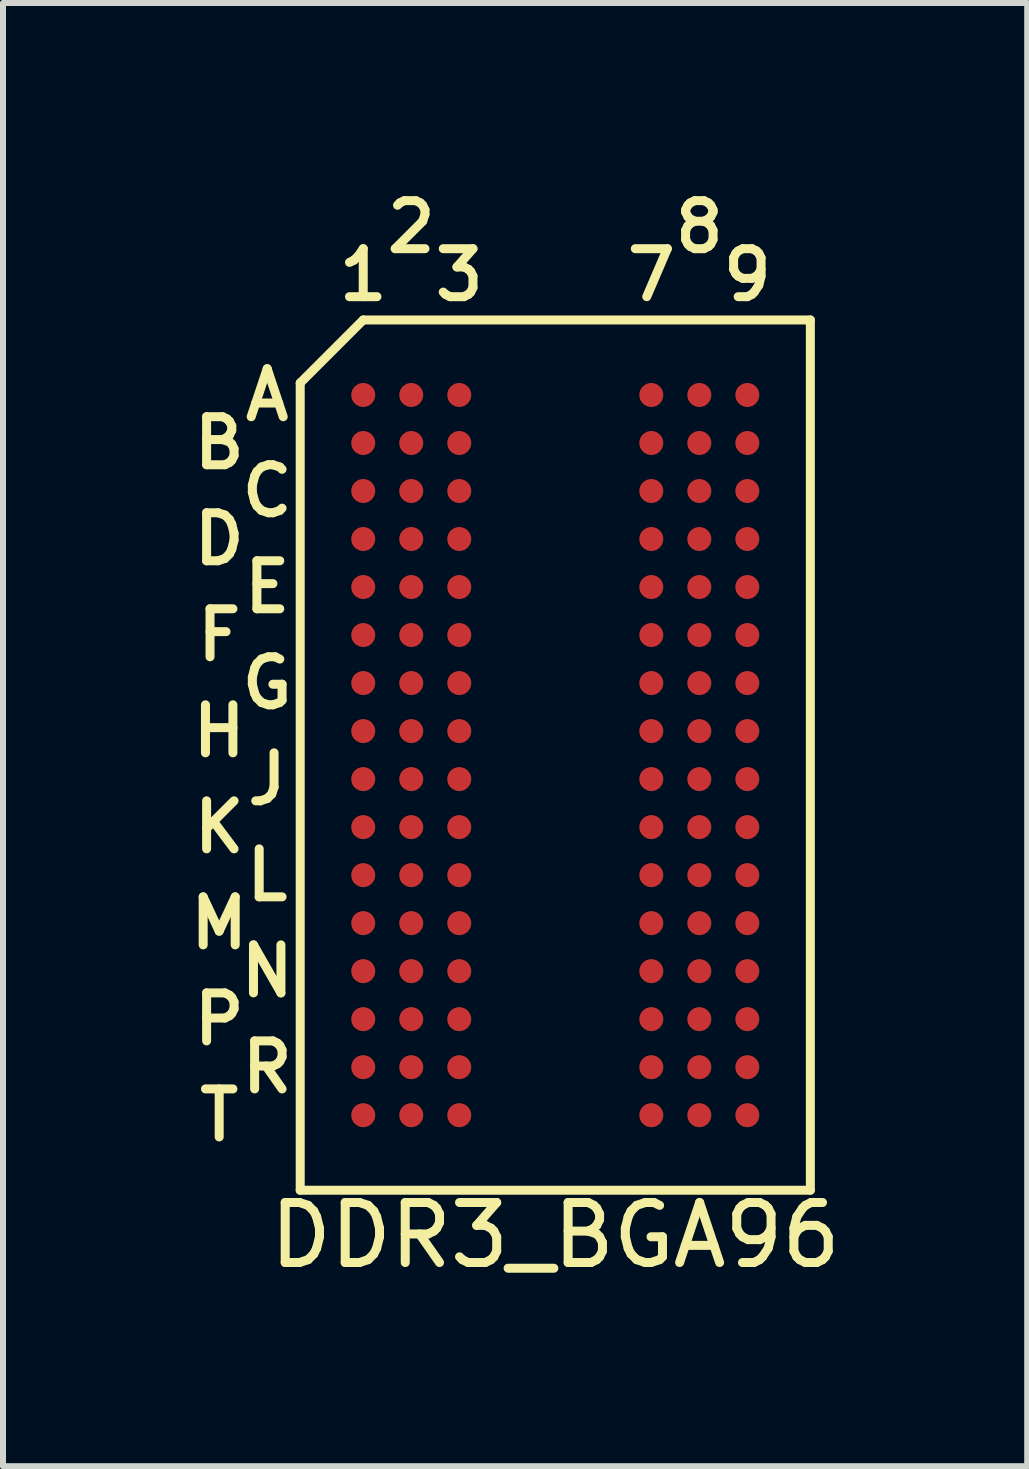
<source format=kicad_pcb>
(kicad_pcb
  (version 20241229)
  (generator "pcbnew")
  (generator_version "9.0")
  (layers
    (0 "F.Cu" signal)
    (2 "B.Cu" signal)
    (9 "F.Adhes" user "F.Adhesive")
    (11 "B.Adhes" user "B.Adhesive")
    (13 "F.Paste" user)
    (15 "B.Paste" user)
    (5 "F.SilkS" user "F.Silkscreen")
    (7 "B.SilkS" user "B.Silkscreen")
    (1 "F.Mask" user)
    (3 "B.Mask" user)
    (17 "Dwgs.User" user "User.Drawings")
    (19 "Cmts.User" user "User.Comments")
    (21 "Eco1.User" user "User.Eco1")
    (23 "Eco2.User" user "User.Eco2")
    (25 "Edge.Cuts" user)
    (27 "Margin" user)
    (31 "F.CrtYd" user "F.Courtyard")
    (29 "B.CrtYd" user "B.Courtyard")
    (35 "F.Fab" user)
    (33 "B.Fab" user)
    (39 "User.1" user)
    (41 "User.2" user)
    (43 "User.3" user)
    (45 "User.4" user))
  (footprint "DDR3_BGA96"
    (layer "F.Cu")
    (at 6.202 9.531)
    (property "Reference" "DDR3_BGA96" (at 0 8 0) (layer "F.SilkS") (effects (font (size 1 1) (thickness 0.15))))
    (attr through_hole)
    (fp_line (start -4.25 -6.2) (end -4.25 7.25) (stroke (width 0.15) (type solid)) (layer "F.SilkS"))
    (fp_line (start -4.25 7.25) (end 4.25 7.25) (stroke (width 0.15) (type solid)) (layer "F.SilkS"))
    (fp_line (start -3.2 -7.25) (end -4.25 -6.2) (stroke (width 0.15) (type solid)) (layer "F.SilkS"))
    (fp_line (start 4.25 -7.25) (end -3.2 -7.25) (stroke (width 0.15) (type solid)) (layer "F.SilkS"))
    (fp_line (start 4.25 7.25) (end 4.25 -7.25) (stroke (width 0.15) (type solid)) (layer "F.SilkS"))
    (fp_text user "A" (at -4.8 -6 0) (layer "F.SilkS") (effects (font (size 0.8 0.8) (thickness 0.15))))
    (fp_text user "M" (at -5.6 2.8 0) (layer "F.SilkS") (effects (font (size 0.8 0.8) (thickness 0.15))))
    (fp_text user "1" (at -3.2 -8 0) (layer "F.SilkS") (effects (font (size 0.8 0.8) (thickness 0.15))))
    (fp_text user "R" (at -4.8 5.2 0) (layer "F.SilkS") (effects (font (size 0.8 0.8) (thickness 0.15))))
    (fp_text user "F" (at -5.6 -2 0) (layer "F.SilkS") (effects (font (size 0.8 0.8) (thickness 0.15))))
    (fp_text user "P" (at -5.6 4.4 0) (layer "F.SilkS") (effects (font (size 0.8 0.8) (thickness 0.15))))
    (fp_text user "E" (at -4.8 -2.8 0) (layer "F.SilkS") (effects (font (size 0.8 0.8) (thickness 0.15))))
    (fp_text user "2" (at -2.4 -8.8 0) (layer "F.SilkS") (effects (font (size 0.8 0.8) (thickness 0.15))))
    (fp_text user "K" (at -5.6 1.2 0) (layer "F.SilkS") (effects (font (size 0.8 0.8) (thickness 0.15))))
    (fp_text user "T" (at -5.6 6 0) (layer "F.SilkS") (effects (font (size 0.8 0.8) (thickness 0.15))))
    (fp_text user "3" (at -1.6 -8 0) (layer "F.SilkS") (effects (font (size 0.8 0.8) (thickness 0.15))))
    (fp_text user "7" (at 1.6 -8 0) (layer "F.SilkS") (effects (font (size 0.8 0.8) (thickness 0.15))))
    (fp_text user "L" (at -4.8 2 0) (layer "F.SilkS") (effects (font (size 0.8 0.8) (thickness 0.15))))
    (fp_text user "8" (at 2.4 -8.8 0) (layer "F.SilkS") (effects (font (size 0.8 0.8) (thickness 0.15))))
    (fp_text user "B" (at -5.6 -5.2 0) (layer "F.SilkS") (effects (font (size 0.8 0.8) (thickness 0.15))))
    (fp_text user "N" (at -4.8 3.6 0) (layer "F.SilkS") (effects (font (size 0.8 0.8) (thickness 0.15))))
    (fp_text user "C" (at -4.8 -4.4 0) (layer "F.SilkS") (effects (font (size 0.8 0.8) (thickness 0.15))))
    (fp_text user "G" (at -4.8 -1.2 0) (layer "F.SilkS") (effects (font (size 0.8 0.8) (thickness 0.15))))
    (fp_text user "H" (at -5.6 -0.4 0) (layer "F.SilkS") (effects (font (size 0.8 0.8) (thickness 0.15))))
    (fp_text user "D" (at -5.6 -3.6 0) (layer "F.SilkS") (effects (font (size 0.8 0.8) (thickness 0.15))))
    (fp_text user "9" (at 3.2 -8 0) (layer "F.SilkS") (effects (font (size 0.8 0.8) (thickness 0.15))))
    (fp_text user "J" (at -4.8 0.4 0) (layer "F.SilkS") (effects (font (size 0.8 0.8) (thickness 0.15))))
    (pad "A1" smd circle (at -3.2 -6) (size 0.4 0.4) (layers "F.Cu" "F.Mask" "F.Paste"))
    (pad "A2" smd circle (at -2.4 -6) (size 0.4 0.4) (layers "F.Cu" "F.Mask" "F.Paste"))
    (pad "A3" smd circle (at -1.6 -6) (size 0.4 0.4) (layers "F.Cu" "F.Mask" "F.Paste"))
    (pad "A7" smd circle (at 1.6 -6) (size 0.4 0.4) (layers "F.Cu" "F.Mask" "F.Paste"))
    (pad "A8" smd circle (at 2.4 -6) (size 0.4 0.4) (layers "F.Cu" "F.Mask" "F.Paste"))
    (pad "A9" smd circle (at 3.2 -6) (size 0.4 0.4) (layers "F.Cu" "F.Mask" "F.Paste"))
    (pad "B1" smd circle (at -3.2 -5.2) (size 0.4 0.4) (layers "F.Cu" "F.Mask" "F.Paste"))
    (pad "B2" smd circle (at -2.4 -5.2) (size 0.4 0.4) (layers "F.Cu" "F.Mask" "F.Paste"))
    (pad "B3" smd circle (at -1.6 -5.2) (size 0.4 0.4) (layers "F.Cu" "F.Mask" "F.Paste"))
    (pad "B7" smd circle (at 1.6 -5.2) (size 0.4 0.4) (layers "F.Cu" "F.Mask" "F.Paste"))
    (pad "B8" smd circle (at 2.4 -5.2) (size 0.4 0.4) (layers "F.Cu" "F.Mask" "F.Paste"))
    (pad "B9" smd circle (at 3.2 -5.2) (size 0.4 0.4) (layers "F.Cu" "F.Mask" "F.Paste"))
    (pad "C1" smd circle (at -3.2 -4.4) (size 0.4 0.4) (layers "F.Cu" "F.Mask" "F.Paste"))
    (pad "C2" smd circle (at -2.4 -4.4) (size 0.4 0.4) (layers "F.Cu" "F.Mask" "F.Paste"))
    (pad "C3" smd circle (at -1.6 -4.4) (size 0.4 0.4) (layers "F.Cu" "F.Mask" "F.Paste"))
    (pad "C7" smd circle (at 1.6 -4.4) (size 0.4 0.4) (layers "F.Cu" "F.Mask" "F.Paste"))
    (pad "C8" smd circle (at 2.4 -4.4) (size 0.4 0.4) (layers "F.Cu" "F.Mask" "F.Paste"))
    (pad "C9" smd circle (at 3.2 -4.4) (size 0.4 0.4) (layers "F.Cu" "F.Mask" "F.Paste"))
    (pad "D1" smd circle (at -3.2 -3.6) (size 0.4 0.4) (layers "F.Cu" "F.Mask" "F.Paste"))
    (pad "D2" smd circle (at -2.4 -3.6) (size 0.4 0.4) (layers "F.Cu" "F.Mask" "F.Paste"))
    (pad "D3" smd circle (at -1.6 -3.6) (size 0.4 0.4) (layers "F.Cu" "F.Mask" "F.Paste"))
    (pad "D7" smd circle (at 1.6 -3.6) (size 0.4 0.4) (layers "F.Cu" "F.Mask" "F.Paste"))
    (pad "D8" smd circle (at 2.4 -3.6) (size 0.4 0.4) (layers "F.Cu" "F.Mask" "F.Paste"))
    (pad "D9" smd circle (at 3.2 -3.6) (size 0.4 0.4) (layers "F.Cu" "F.Mask" "F.Paste"))
    (pad "E1" smd circle (at -3.2 -2.8) (size 0.4 0.4) (layers "F.Cu" "F.Mask" "F.Paste"))
    (pad "E2" smd circle (at -2.4 -2.8) (size 0.4 0.4) (layers "F.Cu" "F.Mask" "F.Paste"))
    (pad "E3" smd circle (at -1.6 -2.8) (size 0.4 0.4) (layers "F.Cu" "F.Mask" "F.Paste"))
    (pad "E7" smd circle (at 1.6 -2.8) (size 0.4 0.4) (layers "F.Cu" "F.Mask" "F.Paste"))
    (pad "E8" smd circle (at 2.4 -2.8) (size 0.4 0.4) (layers "F.Cu" "F.Mask" "F.Paste"))
    (pad "E9" smd circle (at 3.2 -2.8) (size 0.4 0.4) (layers "F.Cu" "F.Mask" "F.Paste"))
    (pad "F1" smd circle (at -3.2 -2) (size 0.4 0.4) (layers "F.Cu" "F.Mask" "F.Paste"))
    (pad "F2" smd circle (at -2.4 -2) (size 0.4 0.4) (layers "F.Cu" "F.Mask" "F.Paste"))
    (pad "F3" smd circle (at -1.6 -2) (size 0.4 0.4) (layers "F.Cu" "F.Mask" "F.Paste"))
    (pad "F7" smd circle (at 1.6 -2) (size 0.4 0.4) (layers "F.Cu" "F.Mask" "F.Paste"))
    (pad "F8" smd circle (at 2.4 -2) (size 0.4 0.4) (layers "F.Cu" "F.Mask" "F.Paste"))
    (pad "F9" smd circle (at 3.2 -2) (size 0.4 0.4) (layers "F.Cu" "F.Mask" "F.Paste"))
    (pad "G1" smd circle (at -3.2 -1.2) (size 0.4 0.4) (layers "F.Cu" "F.Mask" "F.Paste"))
    (pad "G2" smd circle (at -2.4 -1.2) (size 0.4 0.4) (layers "F.Cu" "F.Mask" "F.Paste"))
    (pad "G3" smd circle (at -1.6 -1.2) (size 0.4 0.4) (layers "F.Cu" "F.Mask" "F.Paste"))
    (pad "G7" smd circle (at 1.6 -1.2) (size 0.4 0.4) (layers "F.Cu" "F.Mask" "F.Paste"))
    (pad "G8" smd circle (at 2.4 -1.2) (size 0.4 0.4) (layers "F.Cu" "F.Mask" "F.Paste"))
    (pad "G9" smd circle (at 3.2 -1.2) (size 0.4 0.4) (layers "F.Cu" "F.Mask" "F.Paste"))
    (pad "H1" smd circle (at -3.2 -0.4) (size 0.4 0.4) (layers "F.Cu" "F.Mask" "F.Paste"))
    (pad "H2" smd circle (at -2.4 -0.4) (size 0.4 0.4) (layers "F.Cu" "F.Mask" "F.Paste"))
    (pad "H3" smd circle (at -1.6 -0.4) (size 0.4 0.4) (layers "F.Cu" "F.Mask" "F.Paste"))
    (pad "H7" smd circle (at 1.6 -0.4) (size 0.4 0.4) (layers "F.Cu" "F.Mask" "F.Paste"))
    (pad "H8" smd circle (at 2.4 -0.4) (size 0.4 0.4) (layers "F.Cu" "F.Mask" "F.Paste"))
    (pad "H9" smd circle (at 3.2 -0.4) (size 0.4 0.4) (layers "F.Cu" "F.Mask" "F.Paste"))
    (pad "J1" smd circle (at -3.2 0.4) (size 0.4 0.4) (layers "F.Cu" "F.Mask" "F.Paste"))
    (pad "J2" smd circle (at -2.4 0.4) (size 0.4 0.4) (layers "F.Cu" "F.Mask" "F.Paste"))
    (pad "J3" smd circle (at -1.6 0.4) (size 0.4 0.4) (layers "F.Cu" "F.Mask" "F.Paste"))
    (pad "J7" smd circle (at 1.6 0.4) (size 0.4 0.4) (layers "F.Cu" "F.Mask" "F.Paste"))
    (pad "J8" smd circle (at 2.4 0.4) (size 0.4 0.4) (layers "F.Cu" "F.Mask" "F.Paste"))
    (pad "J9" smd circle (at 3.2 0.4) (size 0.4 0.4) (layers "F.Cu" "F.Mask" "F.Paste"))
    (pad "K1" smd circle (at -3.2 1.2) (size 0.4 0.4) (layers "F.Cu" "F.Mask" "F.Paste"))
    (pad "K2" smd circle (at -2.4 1.2) (size 0.4 0.4) (layers "F.Cu" "F.Mask" "F.Paste"))
    (pad "K3" smd circle (at -1.6 1.2) (size 0.4 0.4) (layers "F.Cu" "F.Mask" "F.Paste"))
    (pad "K7" smd circle (at 1.6 1.2) (size 0.4 0.4) (layers "F.Cu" "F.Mask" "F.Paste"))
    (pad "K8" smd circle (at 2.4 1.2) (size 0.4 0.4) (layers "F.Cu" "F.Mask" "F.Paste"))
    (pad "K9" smd circle (at 3.2 1.2) (size 0.4 0.4) (layers "F.Cu" "F.Mask" "F.Paste"))
    (pad "L1" smd circle (at -3.2 2) (size 0.4 0.4) (layers "F.Cu" "F.Mask" "F.Paste"))
    (pad "L2" smd circle (at -2.4 2) (size 0.4 0.4) (layers "F.Cu" "F.Mask" "F.Paste"))
    (pad "L3" smd circle (at -1.6 2) (size 0.4 0.4) (layers "F.Cu" "F.Mask" "F.Paste"))
    (pad "L7" smd circle (at 1.6 2) (size 0.4 0.4) (layers "F.Cu" "F.Mask" "F.Paste"))
    (pad "L8" smd circle (at 2.4 2) (size 0.4 0.4) (layers "F.Cu" "F.Mask" "F.Paste"))
    (pad "L9" smd circle (at 3.2 2) (size 0.4 0.4) (layers "F.Cu" "F.Mask" "F.Paste"))
    (pad "M1" smd circle (at -3.2 2.8) (size 0.4 0.4) (layers "F.Cu" "F.Mask" "F.Paste"))
    (pad "M2" smd circle (at -2.4 2.8) (size 0.4 0.4) (layers "F.Cu" "F.Mask" "F.Paste"))
    (pad "M3" smd circle (at -1.6 2.8) (size 0.4 0.4) (layers "F.Cu" "F.Mask" "F.Paste"))
    (pad "M7" smd circle (at 1.6 2.8) (size 0.4 0.4) (layers "F.Cu" "F.Mask" "F.Paste"))
    (pad "M8" smd circle (at 2.4 2.8) (size 0.4 0.4) (layers "F.Cu" "F.Mask" "F.Paste"))
    (pad "M9" smd circle (at 3.2 2.8) (size 0.4 0.4) (layers "F.Cu" "F.Mask" "F.Paste"))
    (pad "N1" smd circle (at -3.2 3.6) (size 0.4 0.4) (layers "F.Cu" "F.Mask" "F.Paste"))
    (pad "N2" smd circle (at -2.4 3.6) (size 0.4 0.4) (layers "F.Cu" "F.Mask" "F.Paste"))
    (pad "N3" smd circle (at -1.6 3.6) (size 0.4 0.4) (layers "F.Cu" "F.Mask" "F.Paste"))
    (pad "N7" smd circle (at 1.6 3.6) (size 0.4 0.4) (layers "F.Cu" "F.Mask" "F.Paste"))
    (pad "N8" smd circle (at 2.4 3.6) (size 0.4 0.4) (layers "F.Cu" "F.Mask" "F.Paste"))
    (pad "N9" smd circle (at 3.2 3.6) (size 0.4 0.4) (layers "F.Cu" "F.Mask" "F.Paste"))
    (pad "P1" smd circle (at -3.2 4.4) (size 0.4 0.4) (layers "F.Cu" "F.Mask" "F.Paste"))
    (pad "P2" smd circle (at -2.4 4.4) (size 0.4 0.4) (layers "F.Cu" "F.Mask" "F.Paste"))
    (pad "P3" smd circle (at -1.6 4.4) (size 0.4 0.4) (layers "F.Cu" "F.Mask" "F.Paste"))
    (pad "P7" smd circle (at 1.6 4.4) (size 0.4 0.4) (layers "F.Cu" "F.Mask" "F.Paste"))
    (pad "P8" smd circle (at 2.4 4.4) (size 0.4 0.4) (layers "F.Cu" "F.Mask" "F.Paste"))
    (pad "P9" smd circle (at 3.2 4.4) (size 0.4 0.4) (layers "F.Cu" "F.Mask" "F.Paste"))
    (pad "R1" smd circle (at -3.2 5.2) (size 0.4 0.4) (layers "F.Cu" "F.Mask" "F.Paste"))
    (pad "R2" smd circle (at -2.4 5.2) (size 0.4 0.4) (layers "F.Cu" "F.Mask" "F.Paste"))
    (pad "R3" smd circle (at -1.6 5.2) (size 0.4 0.4) (layers "F.Cu" "F.Mask" "F.Paste"))
    (pad "R7" smd circle (at 1.6 5.2) (size 0.4 0.4) (layers "F.Cu" "F.Mask" "F.Paste"))
    (pad "R8" smd circle (at 2.4 5.2) (size 0.4 0.4) (layers "F.Cu" "F.Mask" "F.Paste"))
    (pad "R9" smd circle (at 3.2 5.2) (size 0.4 0.4) (layers "F.Cu" "F.Mask" "F.Paste"))
    (pad "T1" smd circle (at -3.2 6) (size 0.4 0.4) (layers "F.Cu" "F.Mask" "F.Paste"))
    (pad "T2" smd circle (at -2.4 6) (size 0.4 0.4) (layers "F.Cu" "F.Mask" "F.Paste"))
    (pad "T3" smd circle (at -1.6 6) (size 0.4 0.4) (layers "F.Cu" "F.Mask" "F.Paste"))
    (pad "T7" smd circle (at 1.6 6) (size 0.4 0.4) (layers "F.Cu" "F.Mask" "F.Paste"))
    (pad "T8" smd circle (at 2.4 6) (size 0.4 0.4) (layers "F.Cu" "F.Mask" "F.Paste"))
    (pad "T9" smd circle (at 3.2 6) (size 0.4 0.4) (layers "F.Cu" "F.Mask" "F.Paste")))
  (gr_rect
    (start -3 -3)
    (end 14.065 21.38)
    (stroke (width 0.1) (type default))
    (fill no)
    (layer "Edge.Cuts")))
</source>
